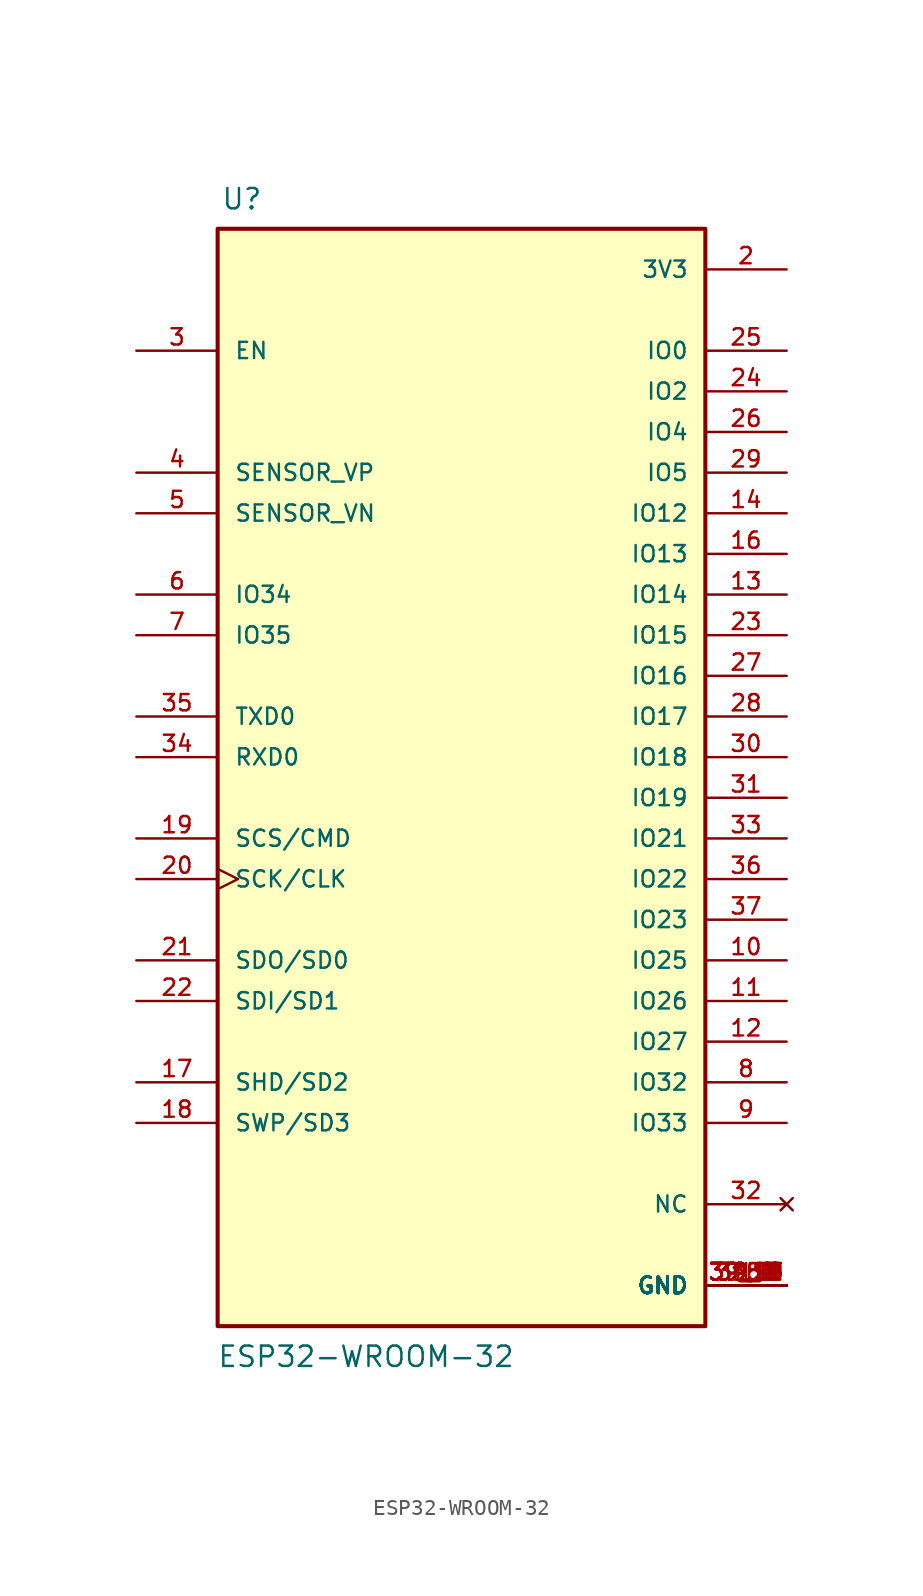
<source format=kicad_sym>
(kicad_symbol_lib
  (version 20211014)
  (generator kicad_symbol_editor)
  (symbol "ESP32-WROOM-32"
    (pin_names
      (offset 1.016))
    (property "Reference" "U"
      (at -15.036 36.675 0)
      (effects (font (size 1.27 1.27)) (justify bottom left)))
    (property "Value" "ESP32-WROOM-32"
      (at -15.287 -35.668 0)
      (effects (font (size 1.27 1.27)) (justify bottom left)))
    (symbol "ESP32-WROOM-32_0_0"
      (rectangle (start -15.24 -33.02) (end 15.24 35.56) (stroke (width 0.254)) (fill (type background)))
      (pin power_in line (at 20.32 -30.48 180.0) (length 5.08) (name "GND" (effects (font (size 1.016 1.016)))) (number "1" (effects (font (size 1.016 1.016)))))
      (pin power_in line (at 20.32 -30.48 180.0) (length 5.08) (name "GND" (effects (font (size 1.016 1.016)))) (number "15" (effects (font (size 1.016 1.016)))))
      (pin power_in line (at 20.32 -30.48 180.0) (length 5.08) (name "GND" (effects (font (size 1.016 1.016)))) (number "38" (effects (font (size 1.016 1.016)))))
      (pin power_in line (at 20.32 -30.48 180.0) (length 5.08) (name "GND" (effects (font (size 1.016 1.016)))) (number "39_1" (effects (font (size 1.016 1.016)))))
      (pin power_in line (at 20.32 -30.48 180.0) (length 5.08) (name "GND" (effects (font (size 1.016 1.016)))) (number "39_2" (effects (font (size 1.016 1.016)))))
      (pin power_in line (at 20.32 -30.48 180.0) (length 5.08) (name "GND" (effects (font (size 1.016 1.016)))) (number "39_3" (effects (font (size 1.016 1.016)))))
      (pin power_in line (at 20.32 -30.48 180.0) (length 5.08) (name "GND" (effects (font (size 1.016 1.016)))) (number "39_4" (effects (font (size 1.016 1.016)))))
      (pin power_in line (at 20.32 -30.48 180.0) (length 5.08) (name "GND" (effects (font (size 1.016 1.016)))) (number "39_5" (effects (font (size 1.016 1.016)))))
      (pin power_in line (at 20.32 -30.48 180.0) (length 5.08) (name "GND" (effects (font (size 1.016 1.016)))) (number "39_6" (effects (font (size 1.016 1.016)))))
      (pin power_in line (at 20.32 -30.48 180.0) (length 5.08) (name "GND" (effects (font (size 1.016 1.016)))) (number "39_7" (effects (font (size 1.016 1.016)))))
      (pin power_in line (at 20.32 -30.48 180.0) (length 5.08) (name "GND" (effects (font (size 1.016 1.016)))) (number "39_8" (effects (font (size 1.016 1.016)))))
      (pin power_in line (at 20.32 -30.48 180.0) (length 5.08) (name "GND" (effects (font (size 1.016 1.016)))) (number "39_9" (effects (font (size 1.016 1.016)))))
      (pin power_in line (at 20.32 -30.48 180.0) (length 5.08) (name "GND" (effects (font (size 1.016 1.016)))) (number "39_10" (effects (font (size 1.016 1.016)))))
      (pin power_in line (at 20.32 -30.48 180.0) (length 5.08) (name "GND" (effects (font (size 1.016 1.016)))) (number "39_11" (effects (font (size 1.016 1.016)))))
      (pin power_in line (at 20.32 -30.48 180.0) (length 5.08) (name "GND" (effects (font (size 1.016 1.016)))) (number "39_12" (effects (font (size 1.016 1.016)))))
      (pin power_in line (at 20.32 -30.48 180.0) (length 5.08) (name "GND" (effects (font (size 1.016 1.016)))) (number "39_13" (effects (font (size 1.016 1.016)))))
      (pin power_in line (at 20.32 -30.48 180.0) (length 5.08) (name "GND" (effects (font (size 1.016 1.016)))) (number "39_14" (effects (font (size 1.016 1.016)))))
      (pin power_in line (at 20.32 -30.48 180.0) (length 5.08) (name "GND" (effects (font (size 1.016 1.016)))) (number "39_15" (effects (font (size 1.016 1.016)))))
      (pin power_in line (at 20.32 -30.48 180.0) (length 5.08) (name "GND" (effects (font (size 1.016 1.016)))) (number "39_16" (effects (font (size 1.016 1.016)))))
      (pin power_in line (at 20.32 -30.48 180.0) (length 5.08) (name "GND" (effects (font (size 1.016 1.016)))) (number "39_17" (effects (font (size 1.016 1.016)))))
      (pin power_in line (at 20.32 -30.48 180.0) (length 5.08) (name "GND" (effects (font (size 1.016 1.016)))) (number "39_18" (effects (font (size 1.016 1.016)))))
      (pin power_in line (at 20.32 -30.48 180.0) (length 5.08) (name "GND" (effects (font (size 1.016 1.016)))) (number "39_19" (effects (font (size 1.016 1.016)))))
      (pin power_in line (at 20.32 -30.48 180.0) (length 5.08) (name "GND" (effects (font (size 1.016 1.016)))) (number "39_20" (effects (font (size 1.016 1.016)))))
      (pin power_in line (at 20.32 -30.48 180.0) (length 5.08) (name "GND" (effects (font (size 1.016 1.016)))) (number "39_21" (effects (font (size 1.016 1.016)))))
      (pin power_in line (at 20.32 33.02 180.0) (length 5.08) (name "3V3" (effects (font (size 1.016 1.016)))) (number "2" (effects (font (size 1.016 1.016)))))
      (pin input line (at -20.32 27.94 0) (length 5.08) (name "EN" (effects (font (size 1.016 1.016)))) (number "3" (effects (font (size 1.016 1.016)))))
      (pin input line (at -20.32 20.32 0) (length 5.08) (name "SENSOR_VP" (effects (font (size 1.016 1.016)))) (number "4" (effects (font (size 1.016 1.016)))))
      (pin input line (at -20.32 17.78 0) (length 5.08) (name "SENSOR_VN" (effects (font (size 1.016 1.016)))) (number "5" (effects (font (size 1.016 1.016)))))
      (pin input line (at -20.32 12.7 0) (length 5.08) (name "IO34" (effects (font (size 1.016 1.016)))) (number "6" (effects (font (size 1.016 1.016)))))
      (pin input line (at -20.32 10.16 0) (length 5.08) (name "IO35" (effects (font (size 1.016 1.016)))) (number "7" (effects (font (size 1.016 1.016)))))
      (pin bidirectional line (at 20.32 -20.32 180.0) (length 5.08) (name "IO33" (effects (font (size 1.016 1.016)))) (number "9" (effects (font (size 1.016 1.016)))))
      (pin bidirectional line (at 20.32 -17.78 180.0) (length 5.08) (name "IO32" (effects (font (size 1.016 1.016)))) (number "8" (effects (font (size 1.016 1.016)))))
      (pin bidirectional line (at 20.32 -10.16 180.0) (length 5.08) (name "IO25" (effects (font (size 1.016 1.016)))) (number "10" (effects (font (size 1.016 1.016)))))
      (pin bidirectional line (at 20.32 -12.7 180.0) (length 5.08) (name "IO26" (effects (font (size 1.016 1.016)))) (number "11" (effects (font (size 1.016 1.016)))))
      (pin bidirectional line (at 20.32 -15.24 180.0) (length 5.08) (name "IO27" (effects (font (size 1.016 1.016)))) (number "12" (effects (font (size 1.016 1.016)))))
      (pin bidirectional line (at 20.32 12.7 180.0) (length 5.08) (name "IO14" (effects (font (size 1.016 1.016)))) (number "13" (effects (font (size 1.016 1.016)))))
      (pin bidirectional line (at 20.32 17.78 180.0) (length 5.08) (name "IO12" (effects (font (size 1.016 1.016)))) (number "14" (effects (font (size 1.016 1.016)))))
      (pin bidirectional line (at 20.32 15.24 180.0) (length 5.08) (name "IO13" (effects (font (size 1.016 1.016)))) (number "16" (effects (font (size 1.016 1.016)))))
      (pin bidirectional line (at 20.32 10.16 180.0) (length 5.08) (name "IO15" (effects (font (size 1.016 1.016)))) (number "23" (effects (font (size 1.016 1.016)))))
      (pin bidirectional line (at 20.32 25.4 180.0) (length 5.08) (name "IO2" (effects (font (size 1.016 1.016)))) (number "24" (effects (font (size 1.016 1.016)))))
      (pin bidirectional line (at 20.32 27.94 180.0) (length 5.08) (name "IO0" (effects (font (size 1.016 1.016)))) (number "25" (effects (font (size 1.016 1.016)))))
      (pin bidirectional line (at 20.32 22.86 180.0) (length 5.08) (name "IO4" (effects (font (size 1.016 1.016)))) (number "26" (effects (font (size 1.016 1.016)))))
      (pin bidirectional line (at 20.32 7.62 180.0) (length 5.08) (name "IO16" (effects (font (size 1.016 1.016)))) (number "27" (effects (font (size 1.016 1.016)))))
      (pin bidirectional line (at 20.32 5.08 180.0) (length 5.08) (name "IO17" (effects (font (size 1.016 1.016)))) (number "28" (effects (font (size 1.016 1.016)))))
      (pin bidirectional line (at 20.32 20.32 180.0) (length 5.08) (name "IO5" (effects (font (size 1.016 1.016)))) (number "29" (effects (font (size 1.016 1.016)))))
      (pin bidirectional line (at 20.32 2.54 180.0) (length 5.08) (name "IO18" (effects (font (size 1.016 1.016)))) (number "30" (effects (font (size 1.016 1.016)))))
      (pin bidirectional line (at 20.32 0.0 180.0) (length 5.08) (name "IO19" (effects (font (size 1.016 1.016)))) (number "31" (effects (font (size 1.016 1.016)))))
      (pin bidirectional line (at 20.32 -2.54 180.0) (length 5.08) (name "IO21" (effects (font (size 1.016 1.016)))) (number "33" (effects (font (size 1.016 1.016)))))
      (pin bidirectional line (at 20.32 -5.08 180.0) (length 5.08) (name "IO22" (effects (font (size 1.016 1.016)))) (number "36" (effects (font (size 1.016 1.016)))))
      (pin bidirectional line (at 20.32 -7.62 180.0) (length 5.08) (name "IO23" (effects (font (size 1.016 1.016)))) (number "37" (effects (font (size 1.016 1.016)))))
      (pin bidirectional line (at -20.32 2.54 0) (length 5.08) (name "RXD0" (effects (font (size 1.016 1.016)))) (number "34" (effects (font (size 1.016 1.016)))))
      (pin bidirectional line (at -20.32 5.08 0) (length 5.08) (name "TXD0" (effects (font (size 1.016 1.016)))) (number "35" (effects (font (size 1.016 1.016)))))
      (pin bidirectional line (at -20.32 -17.78 0) (length 5.08) (name "SHD/SD2" (effects (font (size 1.016 1.016)))) (number "17" (effects (font (size 1.016 1.016)))))
      (pin bidirectional line (at -20.32 -20.32 0) (length 5.08) (name "SWP/SD3" (effects (font (size 1.016 1.016)))) (number "18" (effects (font (size 1.016 1.016)))))
      (pin bidirectional line (at -20.32 -2.54 0) (length 5.08) (name "SCS/CMD" (effects (font (size 1.016 1.016)))) (number "19" (effects (font (size 1.016 1.016)))))
      (pin bidirectional clock (at -20.32 -5.08 0) (length 5.08) (name "SCK/CLK" (effects (font (size 1.016 1.016)))) (number "20" (effects (font (size 1.016 1.016)))))
      (pin bidirectional line (at -20.32 -10.16 0) (length 5.08) (name "SDO/SD0" (effects (font (size 1.016 1.016)))) (number "21" (effects (font (size 1.016 1.016)))))
      (pin bidirectional line (at -20.32 -12.7 0) (length 5.08) (name "SDI/SD1" (effects (font (size 1.016 1.016)))) (number "22" (effects (font (size 1.016 1.016)))))
      (pin no_connect line (at 20.32 -25.4 180.0) (length 5.08) (name "NC" (effects (font (size 1.016 1.016)))) (number "32" (effects (font (size 1.016 1.016))))))))
</source>
